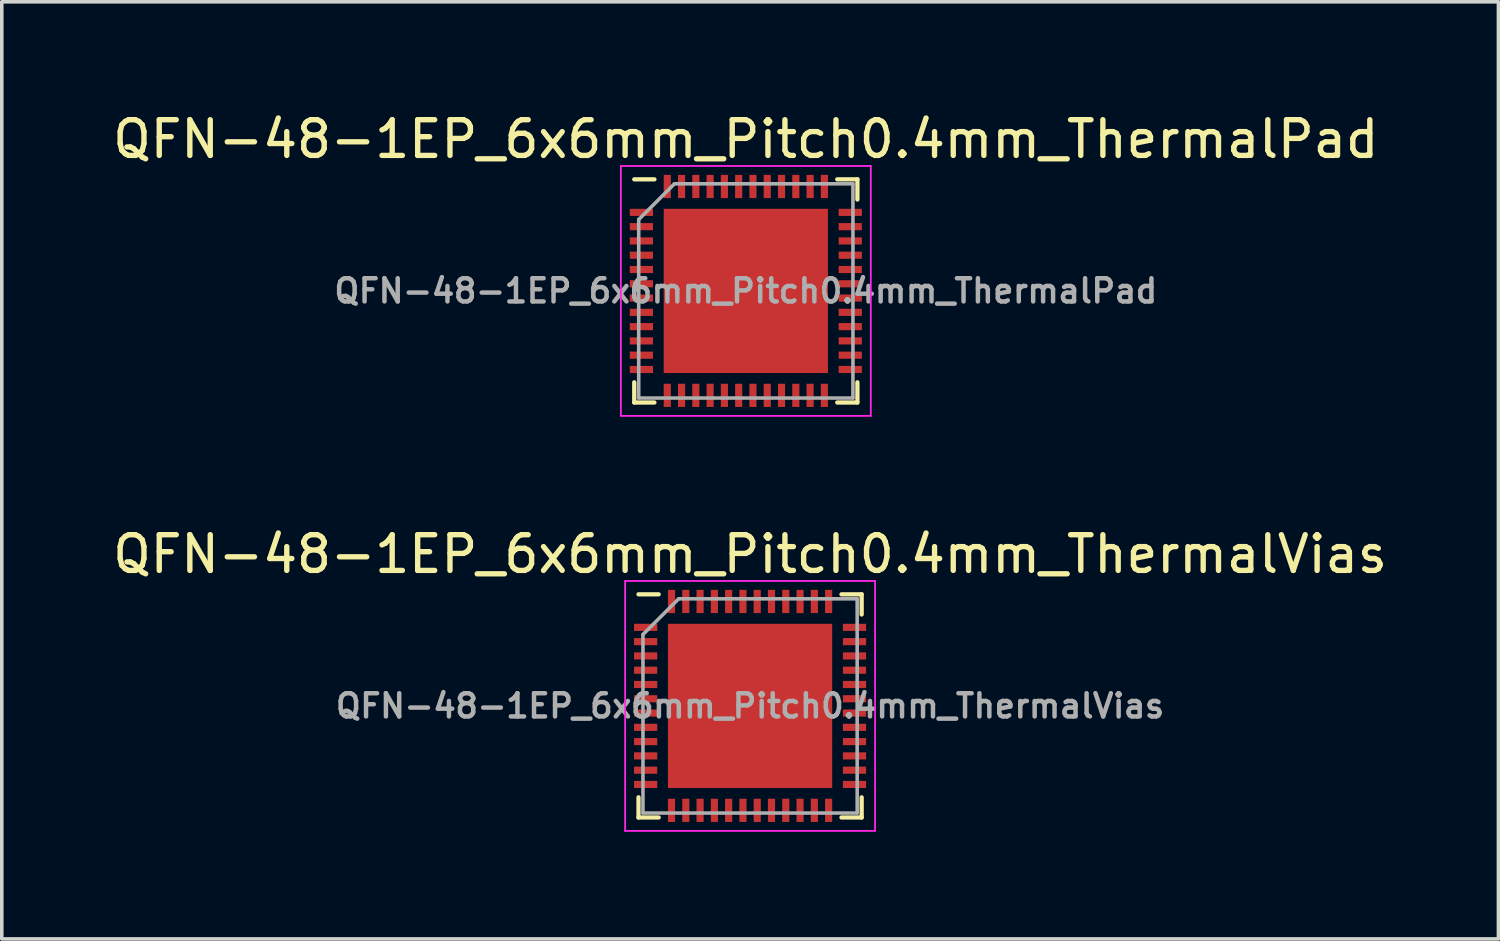
<source format=kicad_pcb>
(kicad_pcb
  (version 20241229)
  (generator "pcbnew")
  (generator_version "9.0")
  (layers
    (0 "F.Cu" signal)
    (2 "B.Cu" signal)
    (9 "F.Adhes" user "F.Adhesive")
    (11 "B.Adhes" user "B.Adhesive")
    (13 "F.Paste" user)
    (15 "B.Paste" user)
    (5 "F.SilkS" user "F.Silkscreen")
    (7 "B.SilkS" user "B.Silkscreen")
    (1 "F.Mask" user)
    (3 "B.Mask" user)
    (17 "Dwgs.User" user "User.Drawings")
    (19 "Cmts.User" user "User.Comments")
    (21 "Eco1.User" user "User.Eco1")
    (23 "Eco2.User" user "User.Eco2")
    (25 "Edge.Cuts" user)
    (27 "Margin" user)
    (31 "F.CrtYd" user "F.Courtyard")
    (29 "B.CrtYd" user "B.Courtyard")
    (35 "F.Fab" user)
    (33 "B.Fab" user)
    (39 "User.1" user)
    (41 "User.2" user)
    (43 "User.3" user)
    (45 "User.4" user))
  (footprint "QFN-48-1EP_6x6mm_Pitch0.4mm_ThermalVias"
    (layer "F.Cu")
    (at 17.958 16.721)
    (property "Reference" "QFN-48-1EP_6x6mm_Pitch0.4mm_ThermalVias" (at 0 -4.25 0) (layer "F.SilkS") (effects (font (size 1 1) (thickness 0.15))))
    (attr smd)
    (fp_line (start -3.125 -3.125) (end -2.56 -3.125) (stroke (width 0.12) (type solid)) (layer "F.SilkS"))
    (fp_line (start -3.125 3.125) (end -3.125 2.56) (stroke (width 0.12) (type solid)) (layer "F.SilkS"))
    (fp_line (start -2.56 3.125) (end -3.125 3.125) (stroke (width 0.12) (type solid)) (layer "F.SilkS"))
    (fp_line (start 2.56 -3.125) (end 3.125 -3.125) (stroke (width 0.12) (type solid)) (layer "F.SilkS"))
    (fp_line (start 2.56 3.125) (end 3.125 3.125) (stroke (width 0.12) (type solid)) (layer "F.SilkS"))
    (fp_line (start 3.125 -3.125) (end 3.125 -2.56) (stroke (width 0.12) (type solid)) (layer "F.SilkS"))
    (fp_line (start 3.125 3.125) (end 3.125 2.56) (stroke (width 0.12) (type solid)) (layer "F.SilkS"))
    (fp_line (start -3.5 -3.5) (end -3.5 3.5) (stroke (width 0.05) (type solid)) (layer "F.CrtYd"))
    (fp_line (start -3.5 3.5) (end 3.5 3.5) (stroke (width 0.05) (type solid)) (layer "F.CrtYd"))
    (fp_line (start 3.5 -3.5) (end -3.5 -3.5) (stroke (width 0.05) (type solid)) (layer "F.CrtYd"))
    (fp_line (start 3.5 3.5) (end 3.5 -3.5) (stroke (width 0.05) (type solid)) (layer "F.CrtYd"))
    (fp_line (start -3 -2) (end -2 -3) (stroke (width 0.1) (type solid)) (layer "F.Fab"))
    (fp_line (start -3 3) (end -3 -2) (stroke (width 0.1) (type solid)) (layer "F.Fab"))
    (fp_line (start -2 -3) (end 3 -3) (stroke (width 0.1) (type solid)) (layer "F.Fab"))
    (fp_line (start 3 -3) (end 3 3) (stroke (width 0.1) (type solid)) (layer "F.Fab"))
    (fp_line (start 3 3) (end -3 3) (stroke (width 0.1) (type solid)) (layer "F.Fab"))
    (fp_text user "${REFERENCE}" (at 0 0 0) (layer "F.Fab") (effects (font (size 0.65 0.65) (thickness 0.125))))
    (pad "1" smd rect (at -2.925 -2.2) (size 0.65 0.2) (layers "F.Cu" "F.Mask" "F.Paste"))
    (pad "2" smd rect (at -2.925 -1.8) (size 0.65 0.2) (layers "F.Cu" "F.Mask" "F.Paste"))
    (pad "3" smd rect (at -2.925 -1.4) (size 0.65 0.2) (layers "F.Cu" "F.Mask" "F.Paste"))
    (pad "4" smd rect (at -2.925 -1) (size 0.65 0.2) (layers "F.Cu" "F.Mask" "F.Paste"))
    (pad "5" smd rect (at -2.925 -0.6) (size 0.65 0.2) (layers "F.Cu" "F.Mask" "F.Paste"))
    (pad "6" smd rect (at -2.925 -0.2) (size 0.65 0.2) (layers "F.Cu" "F.Mask" "F.Paste"))
    (pad "7" smd rect (at -2.925 0.2) (size 0.65 0.2) (layers "F.Cu" "F.Mask" "F.Paste"))
    (pad "8" smd rect (at -2.925 0.6) (size 0.65 0.2) (layers "F.Cu" "F.Mask" "F.Paste"))
    (pad "9" smd rect (at -2.925 1) (size 0.65 0.2) (layers "F.Cu" "F.Mask" "F.Paste"))
    (pad "10" smd rect (at -2.925 1.4) (size 0.65 0.2) (layers "F.Cu" "F.Mask" "F.Paste"))
    (pad "11" smd rect (at -2.925 1.8) (size 0.65 0.2) (layers "F.Cu" "F.Mask" "F.Paste"))
    (pad "12" smd rect (at -2.925 2.2) (size 0.65 0.2) (layers "F.Cu" "F.Mask" "F.Paste"))
    (pad "13" smd rect (at -2.2 2.925 90) (size 0.65 0.2) (layers "F.Cu" "F.Mask" "F.Paste"))
    (pad "14" smd rect (at -1.8 2.925 90) (size 0.65 0.2) (layers "F.Cu" "F.Mask" "F.Paste"))
    (pad "15" smd rect (at -1.4 2.925 90) (size 0.65 0.2) (layers "F.Cu" "F.Mask" "F.Paste"))
    (pad "16" smd rect (at -1 2.925 90) (size 0.65 0.2) (layers "F.Cu" "F.Mask" "F.Paste"))
    (pad "17" smd rect (at -0.6 2.925 90) (size 0.65 0.2) (layers "F.Cu" "F.Mask" "F.Paste"))
    (pad "18" smd rect (at -0.2 2.925 90) (size 0.65 0.2) (layers "F.Cu" "F.Mask" "F.Paste"))
    (pad "19" smd rect (at 0.2 2.925 90) (size 0.65 0.2) (layers "F.Cu" "F.Mask" "F.Paste"))
    (pad "20" smd rect (at 0.6 2.925 90) (size 0.65 0.2) (layers "F.Cu" "F.Mask" "F.Paste"))
    (pad "21" smd rect (at 1 2.925 90) (size 0.65 0.2) (layers "F.Cu" "F.Mask" "F.Paste"))
    (pad "22" smd rect (at 1.4 2.925 90) (size 0.65 0.2) (layers "F.Cu" "F.Mask" "F.Paste"))
    (pad "23" smd rect (at 1.8 2.925 90) (size 0.65 0.2) (layers "F.Cu" "F.Mask" "F.Paste"))
    (pad "24" smd rect (at 2.2 2.925 90) (size 0.65 0.2) (layers "F.Cu" "F.Mask" "F.Paste"))
    (pad "25" smd rect (at 2.925 2.2) (size 0.65 0.2) (layers "F.Cu" "F.Mask" "F.Paste"))
    (pad "26" smd rect (at 2.925 1.8) (size 0.65 0.2) (layers "F.Cu" "F.Mask" "F.Paste"))
    (pad "27" smd rect (at 2.925 1.4) (size 0.65 0.2) (layers "F.Cu" "F.Mask" "F.Paste"))
    (pad "28" smd rect (at 2.925 1) (size 0.65 0.2) (layers "F.Cu" "F.Mask" "F.Paste"))
    (pad "29" smd rect (at 2.925 0.6) (size 0.65 0.2) (layers "F.Cu" "F.Mask" "F.Paste"))
    (pad "30" smd rect (at 2.925 0.2) (size 0.65 0.2) (layers "F.Cu" "F.Mask" "F.Paste"))
    (pad "31" smd rect (at 2.925 -0.2) (size 0.65 0.2) (layers "F.Cu" "F.Mask" "F.Paste"))
    (pad "32" smd rect (at 2.925 -0.6) (size 0.65 0.2) (layers "F.Cu" "F.Mask" "F.Paste"))
    (pad "33" smd rect (at 2.925 -1) (size 0.65 0.2) (layers "F.Cu" "F.Mask" "F.Paste"))
    (pad "34" smd rect (at 2.925 -1.4) (size 0.65 0.2) (layers "F.Cu" "F.Mask" "F.Paste"))
    (pad "35" smd rect (at 2.925 -1.8) (size 0.65 0.2) (layers "F.Cu" "F.Mask" "F.Paste"))
    (pad "36" smd rect (at 2.925 -2.2) (size 0.65 0.2) (layers "F.Cu" "F.Mask" "F.Paste"))
    (pad "37" smd rect (at 2.2 -2.925 90) (size 0.65 0.2) (layers "F.Cu" "F.Mask" "F.Paste"))
    (pad "38" smd rect (at 1.8 -2.925 90) (size 0.65 0.2) (layers "F.Cu" "F.Mask" "F.Paste"))
    (pad "39" smd rect (at 1.4 -2.925 90) (size 0.65 0.2) (layers "F.Cu" "F.Mask" "F.Paste"))
    (pad "40" smd rect (at 1 -2.925 90) (size 0.65 0.2) (layers "F.Cu" "F.Mask" "F.Paste"))
    (pad "41" smd rect (at 0.6 -2.925 90) (size 0.65 0.2) (layers "F.Cu" "F.Mask" "F.Paste"))
    (pad "42" smd rect (at 0.2 -2.925 90) (size 0.65 0.2) (layers "F.Cu" "F.Mask" "F.Paste"))
    (pad "43" smd rect (at -0.2 -2.925 90) (size 0.65 0.2) (layers "F.Cu" "F.Mask" "F.Paste"))
    (pad "44" smd rect (at -0.6 -2.925 90) (size 0.65 0.2) (layers "F.Cu" "F.Mask" "F.Paste"))
    (pad "45" smd rect (at -1 -2.925 90) (size 0.65 0.2) (layers "F.Cu" "F.Mask" "F.Paste"))
    (pad "46" smd rect (at -1.4 -2.925 90) (size 0.65 0.2) (layers "F.Cu" "F.Mask" "F.Paste"))
    (pad "47" smd rect (at -1.8 -2.925 90) (size 0.65 0.2) (layers "F.Cu" "F.Mask" "F.Paste"))
    (pad "48" smd rect (at -2.2 -2.925 90) (size 0.65 0.2) (layers "F.Cu" "F.Mask" "F.Paste"))
    (pad "49" smd rect (at 0 0) (size 4.6 4.6) (layers "F.Cu")))
  (footprint "QFN-48-1EP_6x6mm_Pitch0.4mm_ThermalPad"
    (layer "F.Cu")
    (at 17.839 5.098)
    (property "Reference" "QFN-48-1EP_6x6mm_Pitch0.4mm_ThermalPad" (at 0 -4.25 0) (layer "F.SilkS") (effects (font (size 1 1) (thickness 0.15))))
    (attr smd)
    (fp_line (start -3.125 -3.125) (end -2.56 -3.125) (stroke (width 0.12) (type solid)) (layer "F.SilkS"))
    (fp_line (start -3.125 3.125) (end -3.125 2.56) (stroke (width 0.12) (type solid)) (layer "F.SilkS"))
    (fp_line (start -2.56 3.125) (end -3.125 3.125) (stroke (width 0.12) (type solid)) (layer "F.SilkS"))
    (fp_line (start 2.56 -3.125) (end 3.125 -3.125) (stroke (width 0.12) (type solid)) (layer "F.SilkS"))
    (fp_line (start 2.56 3.125) (end 3.125 3.125) (stroke (width 0.12) (type solid)) (layer "F.SilkS"))
    (fp_line (start 3.125 -3.125) (end 3.125 -2.56) (stroke (width 0.12) (type solid)) (layer "F.SilkS"))
    (fp_line (start 3.125 3.125) (end 3.125 2.56) (stroke (width 0.12) (type solid)) (layer "F.SilkS"))
    (fp_line (start -3.5 -3.5) (end -3.5 3.5) (stroke (width 0.05) (type solid)) (layer "F.CrtYd"))
    (fp_line (start -3.5 3.5) (end 3.5 3.5) (stroke (width 0.05) (type solid)) (layer "F.CrtYd"))
    (fp_line (start 3.5 -3.5) (end -3.5 -3.5) (stroke (width 0.05) (type solid)) (layer "F.CrtYd"))
    (fp_line (start 3.5 3.5) (end 3.5 -3.5) (stroke (width 0.05) (type solid)) (layer "F.CrtYd"))
    (fp_line (start -3 -2) (end -2 -3) (stroke (width 0.1) (type solid)) (layer "F.Fab"))
    (fp_line (start -3 3) (end -3 -2) (stroke (width 0.1) (type solid)) (layer "F.Fab"))
    (fp_line (start -2 -3) (end 3 -3) (stroke (width 0.1) (type solid)) (layer "F.Fab"))
    (fp_line (start 3 -3) (end 3 3) (stroke (width 0.1) (type solid)) (layer "F.Fab"))
    (fp_line (start 3 3) (end -3 3) (stroke (width 0.1) (type solid)) (layer "F.Fab"))
    (fp_text user "${REFERENCE}" (at 0 0 0) (layer "F.Fab") (effects (font (size 0.65 0.65) (thickness 0.125))))
    (pad "1" smd rect (at -2.925 -2.2) (size 0.65 0.2) (layers "F.Cu" "F.Mask" "F.Paste"))
    (pad "2" smd rect (at -2.925 -1.8) (size 0.65 0.2) (layers "F.Cu" "F.Mask" "F.Paste"))
    (pad "3" smd rect (at -2.925 -1.4) (size 0.65 0.2) (layers "F.Cu" "F.Mask" "F.Paste"))
    (pad "4" smd rect (at -2.925 -1) (size 0.65 0.2) (layers "F.Cu" "F.Mask" "F.Paste"))
    (pad "5" smd rect (at -2.925 -0.6) (size 0.65 0.2) (layers "F.Cu" "F.Mask" "F.Paste"))
    (pad "6" smd rect (at -2.925 -0.2) (size 0.65 0.2) (layers "F.Cu" "F.Mask" "F.Paste"))
    (pad "7" smd rect (at -2.925 0.2) (size 0.65 0.2) (layers "F.Cu" "F.Mask" "F.Paste"))
    (pad "8" smd rect (at -2.925 0.6) (size 0.65 0.2) (layers "F.Cu" "F.Mask" "F.Paste"))
    (pad "9" smd rect (at -2.925 1) (size 0.65 0.2) (layers "F.Cu" "F.Mask" "F.Paste"))
    (pad "10" smd rect (at -2.925 1.4) (size 0.65 0.2) (layers "F.Cu" "F.Mask" "F.Paste"))
    (pad "11" smd rect (at -2.925 1.8) (size 0.65 0.2) (layers "F.Cu" "F.Mask" "F.Paste"))
    (pad "12" smd rect (at -2.925 2.2) (size 0.65 0.2) (layers "F.Cu" "F.Mask" "F.Paste"))
    (pad "13" smd rect (at -2.2 2.925 90) (size 0.65 0.2) (layers "F.Cu" "F.Mask" "F.Paste"))
    (pad "14" smd rect (at -1.8 2.925 90) (size 0.65 0.2) (layers "F.Cu" "F.Mask" "F.Paste"))
    (pad "15" smd rect (at -1.4 2.925 90) (size 0.65 0.2) (layers "F.Cu" "F.Mask" "F.Paste"))
    (pad "16" smd rect (at -1 2.925 90) (size 0.65 0.2) (layers "F.Cu" "F.Mask" "F.Paste"))
    (pad "17" smd rect (at -0.6 2.925 90) (size 0.65 0.2) (layers "F.Cu" "F.Mask" "F.Paste"))
    (pad "18" smd rect (at -0.2 2.925 90) (size 0.65 0.2) (layers "F.Cu" "F.Mask" "F.Paste"))
    (pad "19" smd rect (at 0.2 2.925 90) (size 0.65 0.2) (layers "F.Cu" "F.Mask" "F.Paste"))
    (pad "20" smd rect (at 0.6 2.925 90) (size 0.65 0.2) (layers "F.Cu" "F.Mask" "F.Paste"))
    (pad "21" smd rect (at 1 2.925 90) (size 0.65 0.2) (layers "F.Cu" "F.Mask" "F.Paste"))
    (pad "22" smd rect (at 1.4 2.925 90) (size 0.65 0.2) (layers "F.Cu" "F.Mask" "F.Paste"))
    (pad "23" smd rect (at 1.8 2.925 90) (size 0.65 0.2) (layers "F.Cu" "F.Mask" "F.Paste"))
    (pad "24" smd rect (at 2.2 2.925 90) (size 0.65 0.2) (layers "F.Cu" "F.Mask" "F.Paste"))
    (pad "25" smd rect (at 2.925 2.2) (size 0.65 0.2) (layers "F.Cu" "F.Mask" "F.Paste"))
    (pad "26" smd rect (at 2.925 1.8) (size 0.65 0.2) (layers "F.Cu" "F.Mask" "F.Paste"))
    (pad "27" smd rect (at 2.925 1.4) (size 0.65 0.2) (layers "F.Cu" "F.Mask" "F.Paste"))
    (pad "28" smd rect (at 2.925 1) (size 0.65 0.2) (layers "F.Cu" "F.Mask" "F.Paste"))
    (pad "29" smd rect (at 2.925 0.6) (size 0.65 0.2) (layers "F.Cu" "F.Mask" "F.Paste"))
    (pad "30" smd rect (at 2.925 0.2) (size 0.65 0.2) (layers "F.Cu" "F.Mask" "F.Paste"))
    (pad "31" smd rect (at 2.925 -0.2) (size 0.65 0.2) (layers "F.Cu" "F.Mask" "F.Paste"))
    (pad "32" smd rect (at 2.925 -0.6) (size 0.65 0.2) (layers "F.Cu" "F.Mask" "F.Paste"))
    (pad "33" smd rect (at 2.925 -1) (size 0.65 0.2) (layers "F.Cu" "F.Mask" "F.Paste"))
    (pad "34" smd rect (at 2.925 -1.4) (size 0.65 0.2) (layers "F.Cu" "F.Mask" "F.Paste"))
    (pad "35" smd rect (at 2.925 -1.8) (size 0.65 0.2) (layers "F.Cu" "F.Mask" "F.Paste"))
    (pad "36" smd rect (at 2.925 -2.2) (size 0.65 0.2) (layers "F.Cu" "F.Mask" "F.Paste"))
    (pad "37" smd rect (at 2.2 -2.925 90) (size 0.65 0.2) (layers "F.Cu" "F.Mask" "F.Paste"))
    (pad "38" smd rect (at 1.8 -2.925 90) (size 0.65 0.2) (layers "F.Cu" "F.Mask" "F.Paste"))
    (pad "39" smd rect (at 1.4 -2.925 90) (size 0.65 0.2) (layers "F.Cu" "F.Mask" "F.Paste"))
    (pad "40" smd rect (at 1 -2.925 90) (size 0.65 0.2) (layers "F.Cu" "F.Mask" "F.Paste"))
    (pad "41" smd rect (at 0.6 -2.925 90) (size 0.65 0.2) (layers "F.Cu" "F.Mask" "F.Paste"))
    (pad "42" smd rect (at 0.2 -2.925 90) (size 0.65 0.2) (layers "F.Cu" "F.Mask" "F.Paste"))
    (pad "43" smd rect (at -0.2 -2.925 90) (size 0.65 0.2) (layers "F.Cu" "F.Mask" "F.Paste"))
    (pad "44" smd rect (at -0.6 -2.925 90) (size 0.65 0.2) (layers "F.Cu" "F.Mask" "F.Paste"))
    (pad "45" smd rect (at -1 -2.925 90) (size 0.65 0.2) (layers "F.Cu" "F.Mask" "F.Paste"))
    (pad "46" smd rect (at -1.4 -2.925 90) (size 0.65 0.2) (layers "F.Cu" "F.Mask" "F.Paste"))
    (pad "47" smd rect (at -1.8 -2.925 90) (size 0.65 0.2) (layers "F.Cu" "F.Mask" "F.Paste"))
    (pad "48" smd rect (at -2.2 -2.925 90) (size 0.65 0.2) (layers "F.Cu" "F.Mask" "F.Paste"))
    (pad "49" smd rect (at 0 0) (size 4.6 4.6) (layers "F.Cu")))
  (gr_rect
    (start -3 -3)
    (end 38.917 23.247)
    (stroke (width 0.1) (type default))
    (fill no)
    (layer "Edge.Cuts")))
</source>
